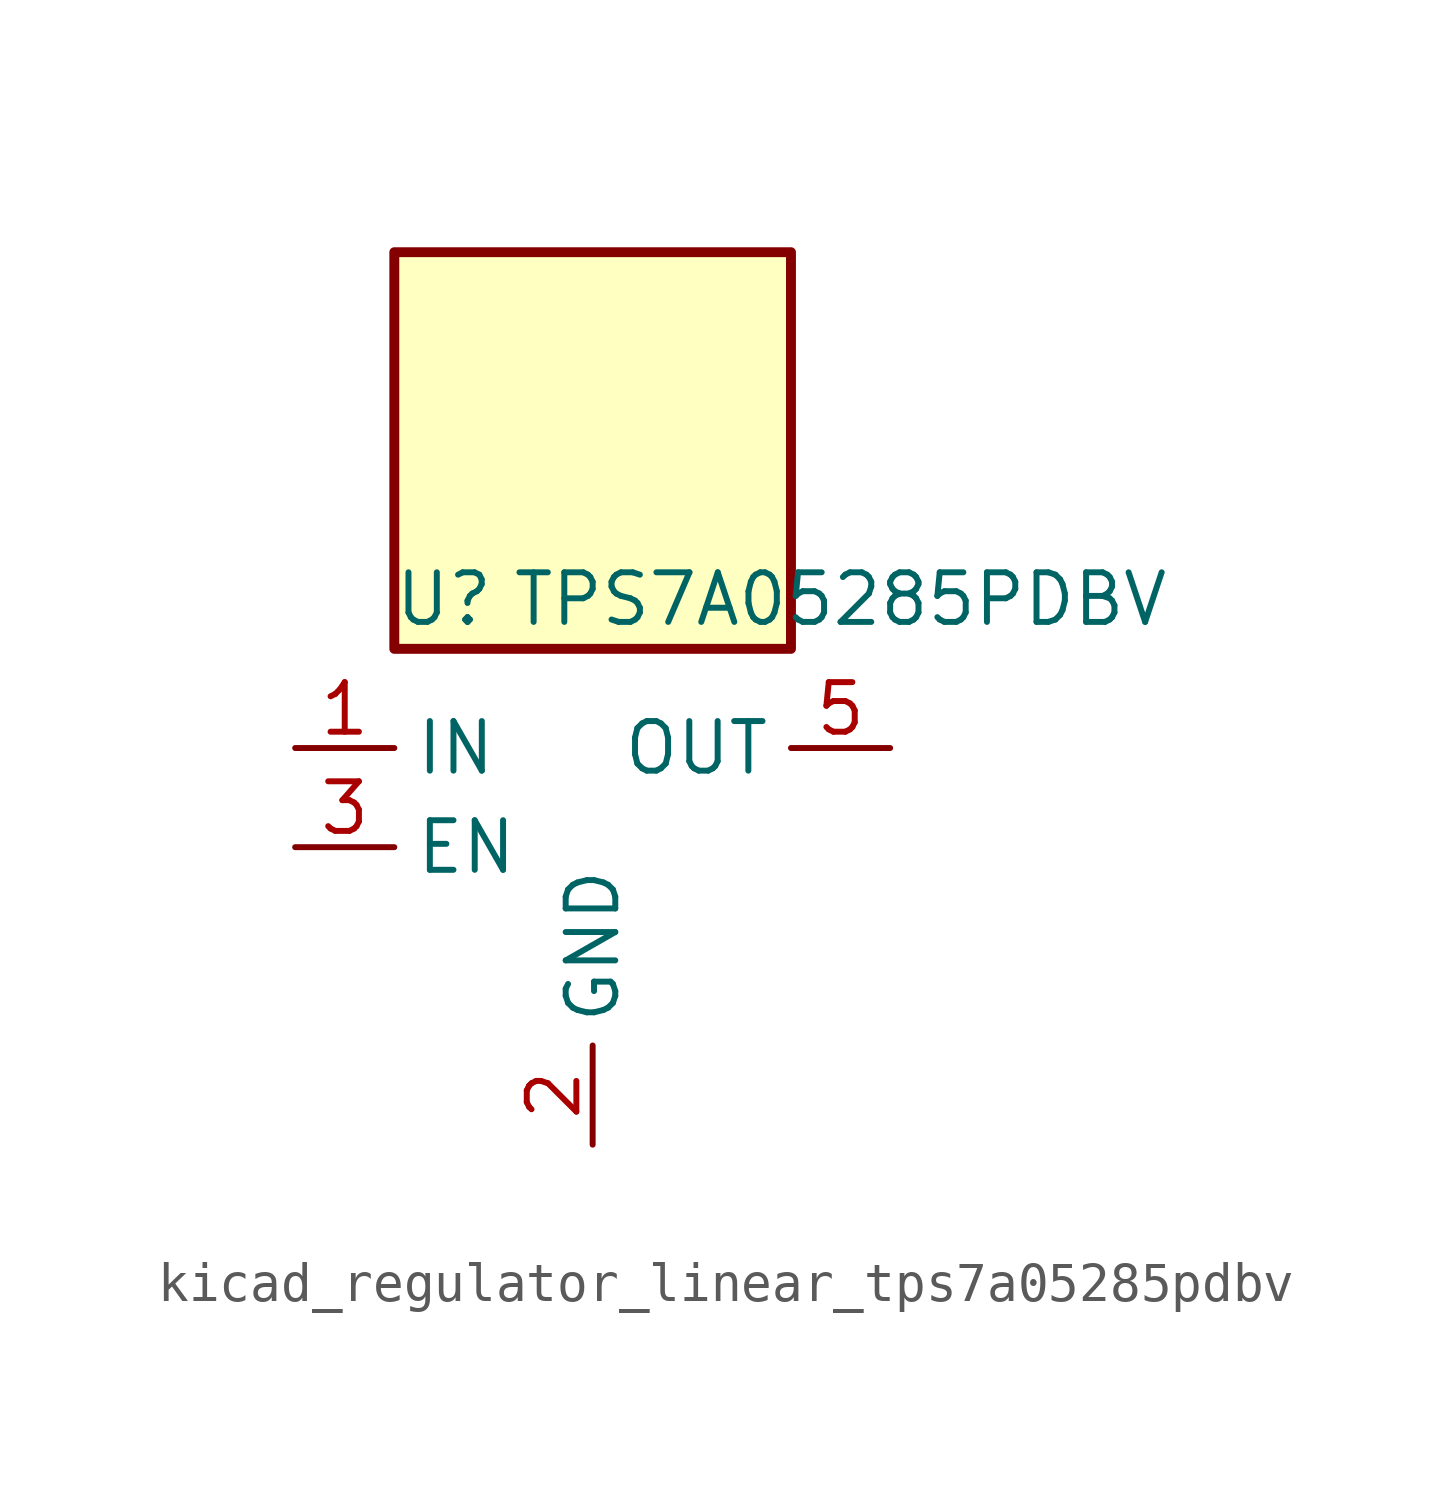
<source format=kicad_sym>
(kicad_symbol_lib
  (version 20220914)
  (generator kicad_symbol_editor)
  (symbol "kicad_regulator_linear_tps7a05285pdbv"
    (property "Reference" "U"
      (at -3.81 6.35 0)
      (effects (font (size 1.27 1.27))))
    (property "Value" "TPS7A05285PDBV"
      (at 6.35 6.35 0)
      (effects (font (size 1.27 1.27))))
    (symbol "kicad_regulator_linear_tps7a05285pdbv_0_1"
      (rectangle (start 5.08 15.24) (end -5.08 5.08) (stroke (width 0.254) (type default)) (fill (type background)))
      (pin power_in line (at -7.62 2.54 0) (length 2.54) (name "IN" (effects (font (size 1.27 1.27)))) (number "1" (effects (font (size 1.27 1.27)))))
      (pin power_in line (at 0 -7.62 90) (length 2.54) (name "GND" (effects (font (size 1.27 1.27)))) (number "2" (effects (font (size 1.27 1.27)))))
      (pin input line (at -7.62 0 0) (length 2.54) (name "EN" (effects (font (size 1.27 1.27)))) (number "3" (effects (font (size 1.27 1.27)))))
      (pin no_connect line (at 5.08 0 180) (length 2.54) hide (name "NC" (effects (font (size 1.27 1.27)))) (number "4" (effects (font (size 1.27 1.27)))))
      (pin power_out line (at 7.62 2.54 180) (length 2.54) (name "OUT" (effects (font (size 1.27 1.27)))) (number "5" (effects (font (size 1.27 1.27))))))))
</source>
